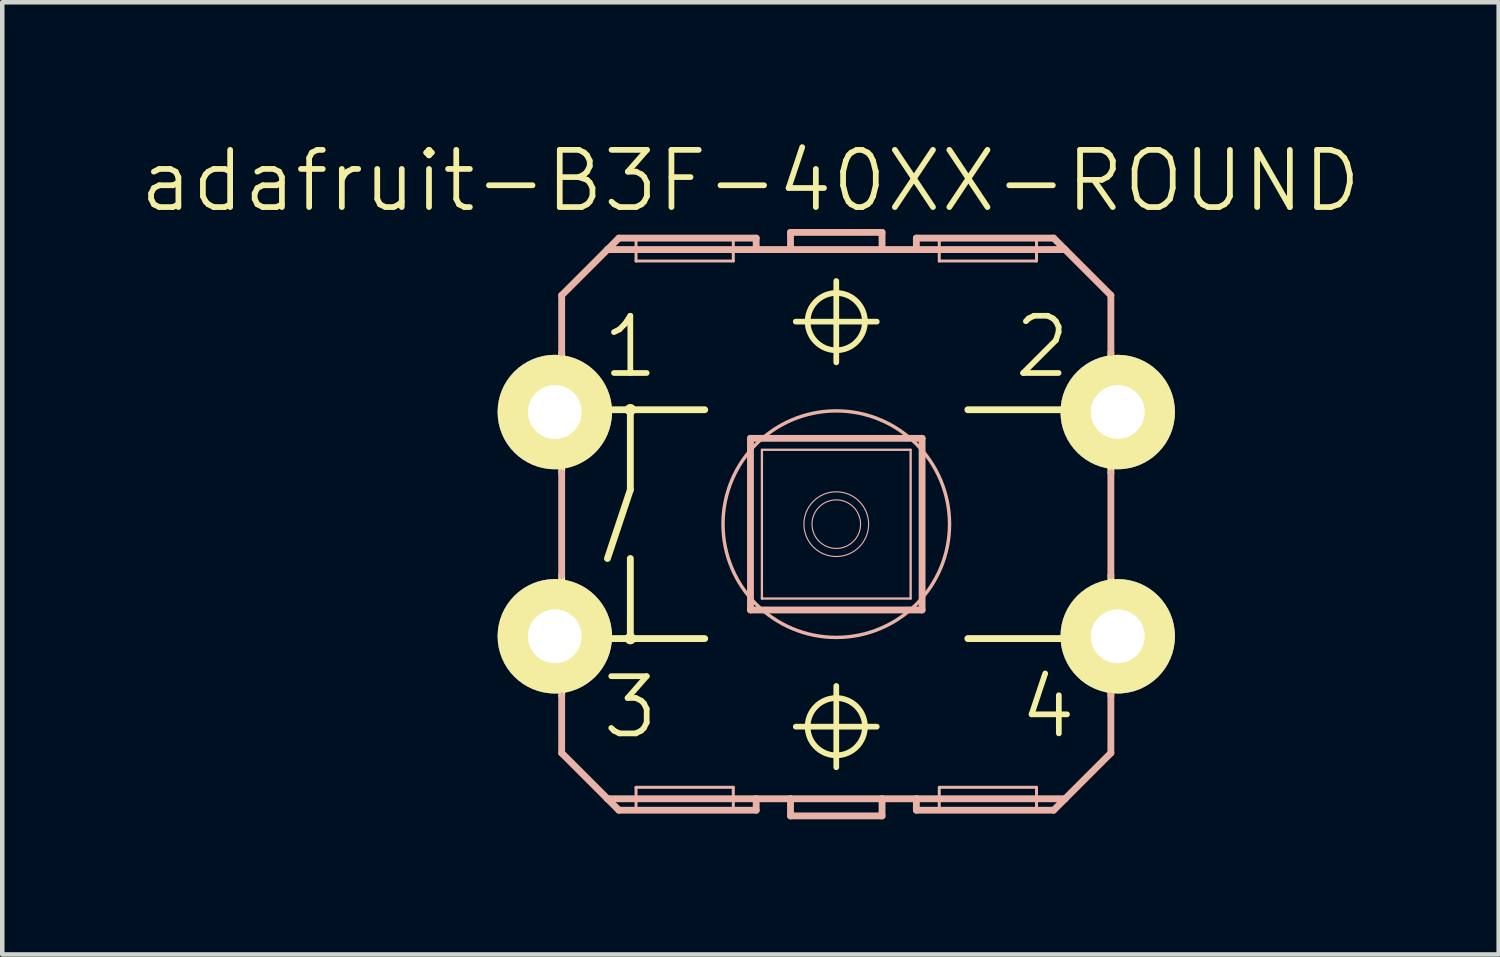
<source format=kicad_pcb>
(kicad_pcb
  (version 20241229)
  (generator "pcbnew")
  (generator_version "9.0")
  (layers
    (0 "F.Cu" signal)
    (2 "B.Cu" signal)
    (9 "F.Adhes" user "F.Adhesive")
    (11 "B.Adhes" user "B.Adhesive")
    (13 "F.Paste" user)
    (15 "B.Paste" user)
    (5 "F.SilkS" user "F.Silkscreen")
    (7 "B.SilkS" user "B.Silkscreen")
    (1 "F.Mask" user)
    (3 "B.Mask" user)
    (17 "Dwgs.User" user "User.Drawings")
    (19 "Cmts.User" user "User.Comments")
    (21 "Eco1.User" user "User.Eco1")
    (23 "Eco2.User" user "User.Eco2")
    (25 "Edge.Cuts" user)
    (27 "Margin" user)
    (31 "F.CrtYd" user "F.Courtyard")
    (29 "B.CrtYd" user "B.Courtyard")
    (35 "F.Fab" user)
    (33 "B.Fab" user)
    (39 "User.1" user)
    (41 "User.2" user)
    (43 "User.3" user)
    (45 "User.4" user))
  (footprint "adafruit-B3F-40XX-ROUND"
    (layer "F.Cu")
    (at 15.515 8.586)
    (property "Reference" "adafruit-B3F-40XX-ROUND" (at -1.905 -7.62 0) (layer "F.SilkS") (effects (font (size 1.27 1.27) (thickness 0.127))))
    (attr exclude_from_pos_files exclude_from_bom)
    (fp_line (start -6.604 -2.921) (end -6.096 -2.921) (stroke (width 0.066) (type solid)) (layer "F.SilkS"))
    (fp_line (start -6.604 -2.032) (end -6.604 -2.921) (stroke (width 0.066) (type solid)) (layer "F.SilkS"))
    (fp_line (start -6.604 -2.032) (end -6.096 -2.032) (stroke (width 0.066) (type solid)) (layer "F.SilkS"))
    (fp_line (start -6.604 2.032) (end -6.096 2.032) (stroke (width 0.066) (type solid)) (layer "F.SilkS"))
    (fp_line (start -6.604 2.921) (end -6.604 2.032) (stroke (width 0.066) (type solid)) (layer "F.SilkS"))
    (fp_line (start -6.604 2.921) (end -6.096 2.921) (stroke (width 0.066) (type solid)) (layer "F.SilkS"))
    (fp_line (start -6.096 -2.032) (end -6.096 -2.921) (stroke (width 0.066) (type solid)) (layer "F.SilkS"))
    (fp_line (start -6.096 -1.143) (end -6.096 -3.81) (stroke (width 0.152) (type solid)) (layer "F.SilkS"))
    (fp_line (start -6.096 2.921) (end -6.096 2.032) (stroke (width 0.066) (type solid)) (layer "F.SilkS"))
    (fp_line (start -6.096 3.81) (end -6.096 1.143) (stroke (width 0.152) (type solid)) (layer "F.SilkS"))
    (fp_line (start -5.08 -2.54) (end -4.572 -2.54) (stroke (width 0.152) (type solid)) (layer "F.SilkS"))
    (fp_line (start -5.08 2.54) (end -4.572 2.54) (stroke (width 0.152) (type solid)) (layer "F.SilkS"))
    (fp_line (start -4.572 -2.54) (end -4.572 -0.762) (stroke (width 0.152) (type solid)) (layer "F.SilkS"))
    (fp_line (start -4.572 -2.54) (end -2.921 -2.54) (stroke (width 0.152) (type solid)) (layer "F.SilkS"))
    (fp_line (start -4.572 -0.762) (end -5.08 0.762) (stroke (width 0.152) (type solid)) (layer "F.SilkS"))
    (fp_line (start -4.572 0.762) (end -4.572 2.54) (stroke (width 0.152) (type solid)) (layer "F.SilkS"))
    (fp_line (start -4.572 2.54) (end -2.921 2.54) (stroke (width 0.152) (type solid)) (layer "F.SilkS"))
    (fp_line (start -0.899 -4.496) (end 0.899 -4.496) (stroke (width 0.127) (type solid)) (layer "F.SilkS"))
    (fp_line (start -0.899 4.496) (end 0.899 4.496) (stroke (width 0.127) (type solid)) (layer "F.SilkS"))
    (fp_line (start 0 -3.592) (end 0 -5.397) (stroke (width 0.127) (type solid)) (layer "F.SilkS"))
    (fp_line (start 0 5.397) (end 0 3.592) (stroke (width 0.127) (type solid)) (layer "F.SilkS"))
    (fp_line (start 2.921 -2.54) (end 5.08 -2.54) (stroke (width 0.152) (type solid)) (layer "F.SilkS"))
    (fp_line (start 2.921 2.54) (end 5.08 2.54) (stroke (width 0.152) (type solid)) (layer "F.SilkS"))
    (fp_line (start 6.096 -2.921) (end 6.604 -2.921) (stroke (width 0.066) (type solid)) (layer "F.SilkS"))
    (fp_line (start 6.096 -2.032) (end 6.096 -2.921) (stroke (width 0.066) (type solid)) (layer "F.SilkS"))
    (fp_line (start 6.096 -2.032) (end 6.604 -2.032) (stroke (width 0.066) (type solid)) (layer "F.SilkS"))
    (fp_line (start 6.096 -1.143) (end 6.096 -3.81) (stroke (width 0.152) (type solid)) (layer "F.SilkS"))
    (fp_line (start 6.096 2.032) (end 6.604 2.032) (stroke (width 0.066) (type solid)) (layer "F.SilkS"))
    (fp_line (start 6.096 2.921) (end 6.096 2.032) (stroke (width 0.066) (type solid)) (layer "F.SilkS"))
    (fp_line (start 6.096 2.921) (end 6.604 2.921) (stroke (width 0.066) (type solid)) (layer "F.SilkS"))
    (fp_line (start 6.096 3.81) (end 6.096 1.143) (stroke (width 0.152) (type solid)) (layer "F.SilkS"))
    (fp_line (start 6.604 -2.032) (end 6.604 -2.921) (stroke (width 0.066) (type solid)) (layer "F.SilkS"))
    (fp_line (start 6.604 2.921) (end 6.604 2.032) (stroke (width 0.066) (type solid)) (layer "F.SilkS"))
    (fp_circle (center -4.572 -2.54) (end -4.636 -2.603) (stroke (width 0.076) (type solid)) (fill no) (layer "F.SilkS"))
    (fp_circle (center -4.572 2.54) (end -4.636 2.603) (stroke (width 0.076) (type solid)) (fill no) (layer "F.SilkS"))
    (fp_circle (center 0 -4.496) (end -0.45 -4.945) (stroke (width 0.127) (type solid)) (fill no) (layer "F.SilkS"))
    (fp_circle (center 0 4.496) (end -0.45 4.945) (stroke (width 0.127) (type solid)) (fill no) (layer "F.SilkS"))
    (fp_line (start -6.096 -5.08) (end -6.096 -3.81) (stroke (width 0.152) (type solid)) (layer "B.SilkS"))
    (fp_line (start -6.096 -1.143) (end -6.096 1.143) (stroke (width 0.152) (type solid)) (layer "B.SilkS"))
    (fp_line (start -6.096 3.81) (end -6.096 5.08) (stroke (width 0.152) (type solid)) (layer "B.SilkS"))
    (fp_line (start -6.096 5.08) (end -5.08 6.096) (stroke (width 0.152) (type solid)) (layer "B.SilkS"))
    (fp_line (start -5.08 -6.096) (end -6.096 -5.08) (stroke (width 0.152) (type solid)) (layer "B.SilkS"))
    (fp_line (start -5.08 -6.096) (end -4.826 -6.35) (stroke (width 0.152) (type solid)) (layer "B.SilkS"))
    (fp_line (start -5.08 -6.096) (end -1.778 -6.096) (stroke (width 0.152) (type solid)) (layer "B.SilkS"))
    (fp_line (start -5.08 6.096) (end -1.778 6.096) (stroke (width 0.152) (type solid)) (layer "B.SilkS"))
    (fp_line (start -4.826 6.35) (end -5.08 6.096) (stroke (width 0.152) (type solid)) (layer "B.SilkS"))
    (fp_line (start -4.445 -6.35) (end -2.286 -6.35) (stroke (width 0.066) (type solid)) (layer "B.SilkS"))
    (fp_line (start -4.445 -5.842) (end -4.445 -6.35) (stroke (width 0.066) (type solid)) (layer "B.SilkS"))
    (fp_line (start -4.445 -5.842) (end -2.286 -5.842) (stroke (width 0.066) (type solid)) (layer "B.SilkS"))
    (fp_line (start -4.445 5.842) (end -2.286 5.842) (stroke (width 0.066) (type solid)) (layer "B.SilkS"))
    (fp_line (start -4.445 6.35) (end -4.445 5.842) (stroke (width 0.066) (type solid)) (layer "B.SilkS"))
    (fp_line (start -4.445 6.35) (end -2.286 6.35) (stroke (width 0.066) (type solid)) (layer "B.SilkS"))
    (fp_line (start -2.286 -5.842) (end -2.286 -6.35) (stroke (width 0.066) (type solid)) (layer "B.SilkS"))
    (fp_line (start -2.286 6.35) (end -2.286 5.842) (stroke (width 0.066) (type solid)) (layer "B.SilkS"))
    (fp_line (start -1.905 -1.905) (end -1.905 1.905) (stroke (width 0.152) (type solid)) (layer "B.SilkS"))
    (fp_line (start -1.905 -1.905) (end 1.905 -1.905) (stroke (width 0.152) (type solid)) (layer "B.SilkS"))
    (fp_line (start -1.778 -6.35) (end -4.826 -6.35) (stroke (width 0.152) (type solid)) (layer "B.SilkS"))
    (fp_line (start -1.778 -6.35) (end -1.778 -6.096) (stroke (width 0.152) (type solid)) (layer "B.SilkS"))
    (fp_line (start -1.778 -6.096) (end -1.016 -6.096) (stroke (width 0.152) (type solid)) (layer "B.SilkS"))
    (fp_line (start -1.778 6.096) (end -1.778 6.35) (stroke (width 0.152) (type solid)) (layer "B.SilkS"))
    (fp_line (start -1.778 6.096) (end -1.016 6.096) (stroke (width 0.152) (type solid)) (layer "B.SilkS"))
    (fp_line (start -1.778 6.35) (end -4.826 6.35) (stroke (width 0.152) (type solid)) (layer "B.SilkS"))
    (fp_line (start -1.651 -1.651) (end -1.651 1.651) (stroke (width 0.051) (type solid)) (layer "B.SilkS"))
    (fp_line (start -1.651 -1.651) (end 1.651 -1.651) (stroke (width 0.051) (type solid)) (layer "B.SilkS"))
    (fp_line (start -1.016 -6.477) (end 1.016 -6.477) (stroke (width 0.152) (type solid)) (layer "B.SilkS"))
    (fp_line (start -1.016 -6.096) (end -1.016 -6.477) (stroke (width 0.152) (type solid)) (layer "B.SilkS"))
    (fp_line (start -1.016 -6.096) (end 1.016 -6.096) (stroke (width 0.152) (type solid)) (layer "B.SilkS"))
    (fp_line (start -1.016 6.096) (end 1.016 6.096) (stroke (width 0.152) (type solid)) (layer "B.SilkS"))
    (fp_line (start -1.016 6.477) (end -1.016 6.096) (stroke (width 0.152) (type solid)) (layer "B.SilkS"))
    (fp_line (start -1.016 6.477) (end 1.016 6.477) (stroke (width 0.152) (type solid)) (layer "B.SilkS"))
    (fp_line (start 1.016 -6.477) (end 1.016 -6.096) (stroke (width 0.152) (type solid)) (layer "B.SilkS"))
    (fp_line (start 1.016 6.096) (end 1.016 6.477) (stroke (width 0.152) (type solid)) (layer "B.SilkS"))
    (fp_line (start 1.016 6.096) (end 1.778 6.096) (stroke (width 0.152) (type solid)) (layer "B.SilkS"))
    (fp_line (start 1.651 1.651) (end -1.651 1.651) (stroke (width 0.051) (type solid)) (layer "B.SilkS"))
    (fp_line (start 1.651 1.651) (end 1.651 -1.651) (stroke (width 0.051) (type solid)) (layer "B.SilkS"))
    (fp_line (start 1.778 -6.35) (end 1.778 -6.096) (stroke (width 0.152) (type solid)) (layer "B.SilkS"))
    (fp_line (start 1.778 -6.096) (end 1.016 -6.096) (stroke (width 0.152) (type solid)) (layer "B.SilkS"))
    (fp_line (start 1.778 6.096) (end 1.778 6.35) (stroke (width 0.152) (type solid)) (layer "B.SilkS"))
    (fp_line (start 1.778 6.096) (end 5.08 6.096) (stroke (width 0.152) (type solid)) (layer "B.SilkS"))
    (fp_line (start 1.905 1.905) (end -1.905 1.905) (stroke (width 0.152) (type solid)) (layer "B.SilkS"))
    (fp_line (start 1.905 1.905) (end 1.905 -1.905) (stroke (width 0.152) (type solid)) (layer "B.SilkS"))
    (fp_line (start 2.286 -6.35) (end 4.445 -6.35) (stroke (width 0.066) (type solid)) (layer "B.SilkS"))
    (fp_line (start 2.286 -5.842) (end 2.286 -6.35) (stroke (width 0.066) (type solid)) (layer "B.SilkS"))
    (fp_line (start 2.286 -5.842) (end 4.445 -5.842) (stroke (width 0.066) (type solid)) (layer "B.SilkS"))
    (fp_line (start 2.286 5.842) (end 4.445 5.842) (stroke (width 0.066) (type solid)) (layer "B.SilkS"))
    (fp_line (start 2.286 6.35) (end 2.286 5.842) (stroke (width 0.066) (type solid)) (layer "B.SilkS"))
    (fp_line (start 2.286 6.35) (end 4.445 6.35) (stroke (width 0.066) (type solid)) (layer "B.SilkS"))
    (fp_line (start 4.445 -5.842) (end 4.445 -6.35) (stroke (width 0.066) (type solid)) (layer "B.SilkS"))
    (fp_line (start 4.445 6.35) (end 4.445 5.842) (stroke (width 0.066) (type solid)) (layer "B.SilkS"))
    (fp_line (start 4.826 -6.35) (end 1.778 -6.35) (stroke (width 0.152) (type solid)) (layer "B.SilkS"))
    (fp_line (start 4.826 6.35) (end 1.778 6.35) (stroke (width 0.152) (type solid)) (layer "B.SilkS"))
    (fp_line (start 5.08 -6.096) (end 1.778 -6.096) (stroke (width 0.152) (type solid)) (layer "B.SilkS"))
    (fp_line (start 5.08 -6.096) (end 4.826 -6.35) (stroke (width 0.152) (type solid)) (layer "B.SilkS"))
    (fp_line (start 5.08 6.096) (end 4.826 6.35) (stroke (width 0.152) (type solid)) (layer "B.SilkS"))
    (fp_line (start 5.08 6.096) (end 6.096 5.08) (stroke (width 0.152) (type solid)) (layer "B.SilkS"))
    (fp_line (start 6.096 -5.08) (end 5.08 -6.096) (stroke (width 0.152) (type solid)) (layer "B.SilkS"))
    (fp_line (start 6.096 -5.08) (end 6.096 -3.81) (stroke (width 0.152) (type solid)) (layer "B.SilkS"))
    (fp_line (start 6.096 -1.143) (end 6.096 1.143) (stroke (width 0.152) (type solid)) (layer "B.SilkS"))
    (fp_line (start 6.096 5.08) (end 6.096 3.81) (stroke (width 0.152) (type solid)) (layer "B.SilkS"))
    (fp_circle (center 0 0) (end -1.778 1.778) (stroke (width 0.076) (type solid)) (fill no) (layer "B.SilkS"))
    (fp_circle (center 0 0) (end -0.508 0.508) (stroke (width 0.025) (type solid)) (fill no) (layer "B.SilkS"))
    (fp_circle (center 0 0) (end -0.381 0.381) (stroke (width 0.025) (type solid)) (fill no) (layer "B.SilkS"))
    (fp_text user "3" (at -4.572 4.064 0) (layer "F.SilkS") (effects (font (size 1.27 1.27) (thickness 0.127))))
    (fp_text user "4" (at 4.699 4.064 0) (layer "F.SilkS") (effects (font (size 1.27 1.27) (thickness 0.127))))
    (fp_text user "1" (at -4.572 -3.937 0) (layer "F.SilkS") (effects (font (size 1.27 1.27) (thickness 0.127))))
    (fp_text user "2" (at 4.572 -3.937 0) (layer "F.SilkS") (effects (font (size 1.27 1.27) (thickness 0.127))))
    (pad "1" thru_hole circle (at -6.248 -2.489) (size 2.54 2.54) (drill 1.194) (layers "*.Cu" "F.Mask" "F.SilkS" "F.Paste"))
    (pad "2" thru_hole circle (at 6.248 -2.489) (size 2.54 2.54) (drill 1.194) (layers "*.Cu" "F.Mask" "F.SilkS" "F.Paste"))
    (pad "3" thru_hole circle (at -6.248 2.489) (size 2.54 2.54) (drill 1.194) (layers "*.Cu" "F.Mask" "F.SilkS" "F.Paste"))
    (pad "4" thru_hole circle (at 6.248 2.489) (size 2.54 2.54) (drill 1.194) (layers "*.Cu" "F.Mask" "F.SilkS" "F.Paste")))
  (gr_rect
    (start -3 -3)
    (end 30.22 18.139)
    (stroke (width 0.1) (type default))
    (fill no)
    (layer "Edge.Cuts")))
</source>
